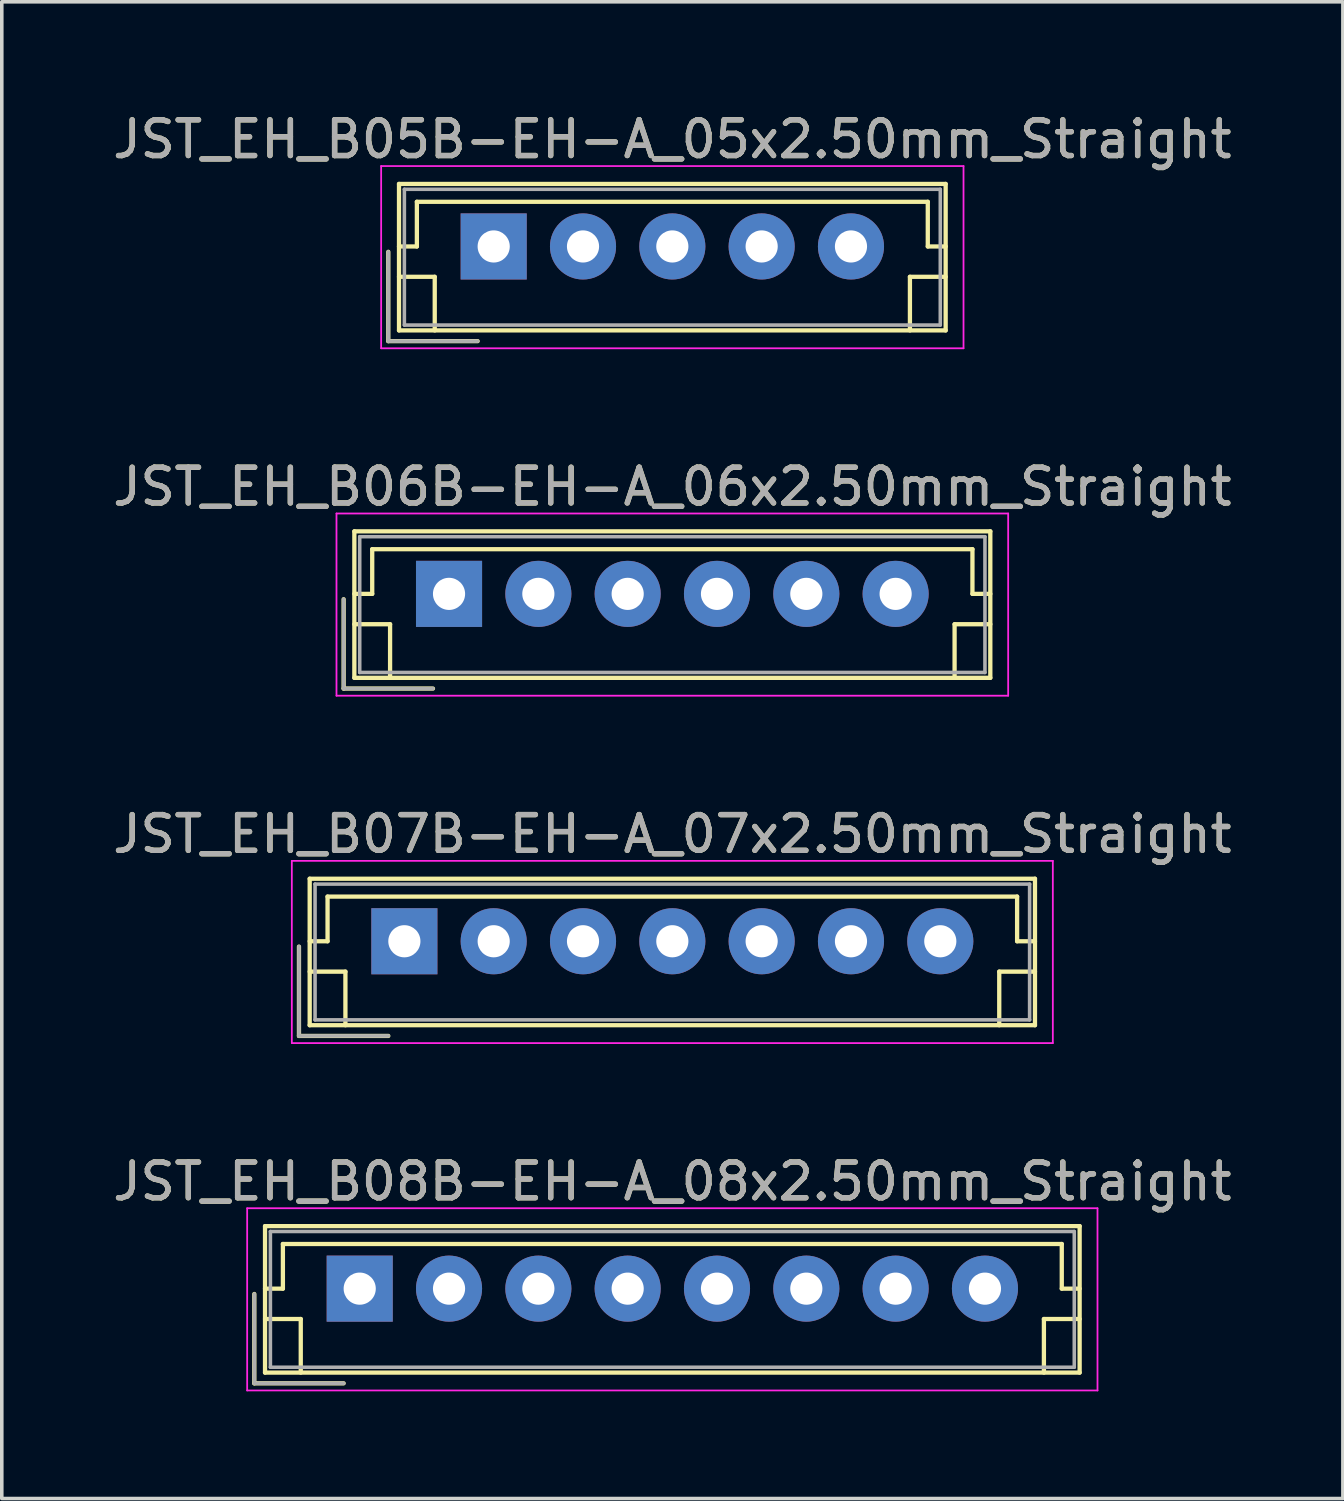
<source format=kicad_pcb>
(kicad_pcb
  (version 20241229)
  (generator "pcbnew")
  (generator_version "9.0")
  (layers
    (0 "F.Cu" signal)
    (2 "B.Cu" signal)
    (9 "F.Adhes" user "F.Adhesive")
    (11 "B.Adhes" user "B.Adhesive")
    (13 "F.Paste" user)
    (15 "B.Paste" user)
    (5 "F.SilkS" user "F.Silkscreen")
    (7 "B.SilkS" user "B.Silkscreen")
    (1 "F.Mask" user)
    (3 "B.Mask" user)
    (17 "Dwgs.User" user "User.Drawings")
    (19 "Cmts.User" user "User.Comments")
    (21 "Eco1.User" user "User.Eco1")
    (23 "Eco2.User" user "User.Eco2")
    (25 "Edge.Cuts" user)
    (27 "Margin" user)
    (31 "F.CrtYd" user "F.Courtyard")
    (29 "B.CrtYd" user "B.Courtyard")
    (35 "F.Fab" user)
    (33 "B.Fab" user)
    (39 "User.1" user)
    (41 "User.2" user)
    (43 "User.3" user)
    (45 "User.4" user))
  (footprint "JST_EH_B08B-EH-A_08x2.50mm_Straight"
    (layer "F.Cu")
    (at 7.018 33.018)
    (property "Reference" "JST_EH_B08B-EH-A_08x2.50mm_Straight" (at 8.75 -3 0) (layer "F.SilkS") (effects (font (size 1 1) (thickness 0.15))))
    (attr through_hole)
    (fp_line (start -2.95 0.15) (end -2.95 2.65) (stroke (width 0.12) (type solid)) (layer "F.SilkS"))
    (fp_line (start -2.95 2.65) (end -0.45 2.65) (stroke (width 0.12) (type solid)) (layer "F.SilkS"))
    (fp_line (start -2.65 -1.75) (end -2.65 2.35) (stroke (width 0.12) (type solid)) (layer "F.SilkS"))
    (fp_line (start -2.65 0) (end -2.15 0) (stroke (width 0.12) (type solid)) (layer "F.SilkS"))
    (fp_line (start -2.65 0.85) (end -1.65 0.85) (stroke (width 0.12) (type solid)) (layer "F.SilkS"))
    (fp_line (start -2.65 2.35) (end 20.15 2.35) (stroke (width 0.12) (type solid)) (layer "F.SilkS"))
    (fp_line (start -2.15 -1.25) (end 19.65 -1.25) (stroke (width 0.12) (type solid)) (layer "F.SilkS"))
    (fp_line (start -2.15 0) (end -2.15 -1.25) (stroke (width 0.12) (type solid)) (layer "F.SilkS"))
    (fp_line (start -1.65 0.85) (end -1.65 2.35) (stroke (width 0.12) (type solid)) (layer "F.SilkS"))
    (fp_line (start 19.15 0.85) (end 19.15 2.35) (stroke (width 0.12) (type solid)) (layer "F.SilkS"))
    (fp_line (start 19.65 -1.25) (end 19.65 0) (stroke (width 0.12) (type solid)) (layer "F.SilkS"))
    (fp_line (start 19.65 0) (end 20.15 0) (stroke (width 0.12) (type solid)) (layer "F.SilkS"))
    (fp_line (start 20.15 -1.75) (end -2.65 -1.75) (stroke (width 0.12) (type solid)) (layer "F.SilkS"))
    (fp_line (start 20.15 0.85) (end 19.15 0.85) (stroke (width 0.12) (type solid)) (layer "F.SilkS"))
    (fp_line (start 20.15 2.35) (end 20.15 -1.75) (stroke (width 0.12) (type solid)) (layer "F.SilkS"))
    (fp_line (start -3.15 -2.25) (end -3.15 2.85) (stroke (width 0.05) (type solid)) (layer "F.CrtYd"))
    (fp_line (start -3.15 2.85) (end 20.65 2.85) (stroke (width 0.05) (type solid)) (layer "F.CrtYd"))
    (fp_line (start 20.65 -2.25) (end -3.15 -2.25) (stroke (width 0.05) (type solid)) (layer "F.CrtYd"))
    (fp_line (start 20.65 2.85) (end 20.65 -2.25) (stroke (width 0.05) (type solid)) (layer "F.CrtYd"))
    (fp_line (start -2.95 0.15) (end -2.95 2.65) (stroke (width 0.1) (type solid)) (layer "F.Fab"))
    (fp_line (start -2.95 2.65) (end -0.45 2.65) (stroke (width 0.1) (type solid)) (layer "F.Fab"))
    (fp_line (start -2.5 -1.6) (end -2.5 2.2) (stroke (width 0.1) (type solid)) (layer "F.Fab"))
    (fp_line (start -2.5 2.2) (end 20 2.2) (stroke (width 0.1) (type solid)) (layer "F.Fab"))
    (fp_line (start 20 -1.6) (end -2.5 -1.6) (stroke (width 0.1) (type solid)) (layer "F.Fab"))
    (fp_line (start 20 2.2) (end 20 -1.6) (stroke (width 0.1) (type solid)) (layer "F.Fab"))
    (fp_text user "${REFERENCE}" (at 8.75 -3 0) (layer "F.Fab") (effects (font (size 1 1) (thickness 0.15))))
    (pad "1" thru_hole rect (at 0 0) (size 1.85 1.85) (drill 0.9) (layers "*.Cu" "*.Mask"))
    (pad "2" thru_hole circle (at 2.5 0) (size 1.85 1.85) (drill 0.9) (layers "*.Cu" "*.Mask"))
    (pad "3" thru_hole circle (at 5 0) (size 1.85 1.85) (drill 0.9) (layers "*.Cu" "*.Mask"))
    (pad "4" thru_hole circle (at 7.5 0) (size 1.85 1.85) (drill 0.9) (layers "*.Cu" "*.Mask"))
    (pad "5" thru_hole circle (at 10 0) (size 1.85 1.85) (drill 0.9) (layers "*.Cu" "*.Mask"))
    (pad "6" thru_hole circle (at 12.5 0) (size 1.85 1.85) (drill 0.9) (layers "*.Cu" "*.Mask"))
    (pad "7" thru_hole circle (at 15 0) (size 1.85 1.85) (drill 0.9) (layers "*.Cu" "*.Mask"))
    (pad "8" thru_hole circle (at 17.5 0) (size 1.85 1.85) (drill 0.9) (layers "*.Cu" "*.Mask")))
  (footprint "JST_EH_B05B-EH-A_05x2.50mm_Straight"
    (layer "F.Cu")
    (at 10.768 3.848)
    (property "Reference" "JST_EH_B05B-EH-A_05x2.50mm_Straight" (at 5 -3 0) (layer "F.SilkS") (effects (font (size 1 1) (thickness 0.15))))
    (attr through_hole)
    (fp_line (start -2.95 0.15) (end -2.95 2.65) (stroke (width 0.12) (type solid)) (layer "F.SilkS"))
    (fp_line (start -2.95 2.65) (end -0.45 2.65) (stroke (width 0.12) (type solid)) (layer "F.SilkS"))
    (fp_line (start -2.65 -1.75) (end -2.65 2.35) (stroke (width 0.12) (type solid)) (layer "F.SilkS"))
    (fp_line (start -2.65 0) (end -2.15 0) (stroke (width 0.12) (type solid)) (layer "F.SilkS"))
    (fp_line (start -2.65 0.85) (end -1.65 0.85) (stroke (width 0.12) (type solid)) (layer "F.SilkS"))
    (fp_line (start -2.65 2.35) (end 12.65 2.35) (stroke (width 0.12) (type solid)) (layer "F.SilkS"))
    (fp_line (start -2.15 -1.25) (end 12.15 -1.25) (stroke (width 0.12) (type solid)) (layer "F.SilkS"))
    (fp_line (start -2.15 0) (end -2.15 -1.25) (stroke (width 0.12) (type solid)) (layer "F.SilkS"))
    (fp_line (start -1.65 0.85) (end -1.65 2.35) (stroke (width 0.12) (type solid)) (layer "F.SilkS"))
    (fp_line (start 11.65 0.85) (end 11.65 2.35) (stroke (width 0.12) (type solid)) (layer "F.SilkS"))
    (fp_line (start 12.15 -1.25) (end 12.15 0) (stroke (width 0.12) (type solid)) (layer "F.SilkS"))
    (fp_line (start 12.15 0) (end 12.65 0) (stroke (width 0.12) (type solid)) (layer "F.SilkS"))
    (fp_line (start 12.65 -1.75) (end -2.65 -1.75) (stroke (width 0.12) (type solid)) (layer "F.SilkS"))
    (fp_line (start 12.65 0.85) (end 11.65 0.85) (stroke (width 0.12) (type solid)) (layer "F.SilkS"))
    (fp_line (start 12.65 2.35) (end 12.65 -1.75) (stroke (width 0.12) (type solid)) (layer "F.SilkS"))
    (fp_line (start -3.15 -2.25) (end -3.15 2.85) (stroke (width 0.05) (type solid)) (layer "F.CrtYd"))
    (fp_line (start -3.15 2.85) (end 13.15 2.85) (stroke (width 0.05) (type solid)) (layer "F.CrtYd"))
    (fp_line (start 13.15 -2.25) (end -3.15 -2.25) (stroke (width 0.05) (type solid)) (layer "F.CrtYd"))
    (fp_line (start 13.15 2.85) (end 13.15 -2.25) (stroke (width 0.05) (type solid)) (layer "F.CrtYd"))
    (fp_line (start -2.95 0.15) (end -2.95 2.65) (stroke (width 0.1) (type solid)) (layer "F.Fab"))
    (fp_line (start -2.95 2.65) (end -0.45 2.65) (stroke (width 0.1) (type solid)) (layer "F.Fab"))
    (fp_line (start -2.5 -1.6) (end -2.5 2.2) (stroke (width 0.1) (type solid)) (layer "F.Fab"))
    (fp_line (start -2.5 2.2) (end 12.5 2.2) (stroke (width 0.1) (type solid)) (layer "F.Fab"))
    (fp_line (start 12.5 -1.6) (end -2.5 -1.6) (stroke (width 0.1) (type solid)) (layer "F.Fab"))
    (fp_line (start 12.5 2.2) (end 12.5 -1.6) (stroke (width 0.1) (type solid)) (layer "F.Fab"))
    (fp_text user "${REFERENCE}" (at 5 -3 0) (layer "F.Fab") (effects (font (size 1 1) (thickness 0.15))))
    (pad "1" thru_hole rect (at 0 0) (size 1.85 1.85) (drill 0.9) (layers "*.Cu" "*.Mask"))
    (pad "2" thru_hole circle (at 2.5 0) (size 1.85 1.85) (drill 0.9) (layers "*.Cu" "*.Mask"))
    (pad "3" thru_hole circle (at 5 0) (size 1.85 1.85) (drill 0.9) (layers "*.Cu" "*.Mask"))
    (pad "4" thru_hole circle (at 7.5 0) (size 1.85 1.85) (drill 0.9) (layers "*.Cu" "*.Mask"))
    (pad "5" thru_hole circle (at 10 0) (size 1.85 1.85) (drill 0.9) (layers "*.Cu" "*.Mask")))
  (footprint "JST_EH_B06B-EH-A_06x2.50mm_Straight"
    (layer "F.Cu")
    (at 9.518 13.572)
    (property "Reference" "JST_EH_B06B-EH-A_06x2.50mm_Straight" (at 6.25 -3 0) (layer "F.SilkS") (effects (font (size 1 1) (thickness 0.15))))
    (attr through_hole)
    (fp_line (start -2.95 0.15) (end -2.95 2.65) (stroke (width 0.12) (type solid)) (layer "F.SilkS"))
    (fp_line (start -2.95 2.65) (end -0.45 2.65) (stroke (width 0.12) (type solid)) (layer "F.SilkS"))
    (fp_line (start -2.65 -1.75) (end -2.65 2.35) (stroke (width 0.12) (type solid)) (layer "F.SilkS"))
    (fp_line (start -2.65 0) (end -2.15 0) (stroke (width 0.12) (type solid)) (layer "F.SilkS"))
    (fp_line (start -2.65 0.85) (end -1.65 0.85) (stroke (width 0.12) (type solid)) (layer "F.SilkS"))
    (fp_line (start -2.65 2.35) (end 15.15 2.35) (stroke (width 0.12) (type solid)) (layer "F.SilkS"))
    (fp_line (start -2.15 -1.25) (end 14.65 -1.25) (stroke (width 0.12) (type solid)) (layer "F.SilkS"))
    (fp_line (start -2.15 0) (end -2.15 -1.25) (stroke (width 0.12) (type solid)) (layer "F.SilkS"))
    (fp_line (start -1.65 0.85) (end -1.65 2.35) (stroke (width 0.12) (type solid)) (layer "F.SilkS"))
    (fp_line (start 14.15 0.85) (end 14.15 2.35) (stroke (width 0.12) (type solid)) (layer "F.SilkS"))
    (fp_line (start 14.65 -1.25) (end 14.65 0) (stroke (width 0.12) (type solid)) (layer "F.SilkS"))
    (fp_line (start 14.65 0) (end 15.15 0) (stroke (width 0.12) (type solid)) (layer "F.SilkS"))
    (fp_line (start 15.15 -1.75) (end -2.65 -1.75) (stroke (width 0.12) (type solid)) (layer "F.SilkS"))
    (fp_line (start 15.15 0.85) (end 14.15 0.85) (stroke (width 0.12) (type solid)) (layer "F.SilkS"))
    (fp_line (start 15.15 2.35) (end 15.15 -1.75) (stroke (width 0.12) (type solid)) (layer "F.SilkS"))
    (fp_line (start -3.15 -2.25) (end -3.15 2.85) (stroke (width 0.05) (type solid)) (layer "F.CrtYd"))
    (fp_line (start -3.15 2.85) (end 15.65 2.85) (stroke (width 0.05) (type solid)) (layer "F.CrtYd"))
    (fp_line (start 15.65 -2.25) (end -3.15 -2.25) (stroke (width 0.05) (type solid)) (layer "F.CrtYd"))
    (fp_line (start 15.65 2.85) (end 15.65 -2.25) (stroke (width 0.05) (type solid)) (layer "F.CrtYd"))
    (fp_line (start -2.95 0.15) (end -2.95 2.65) (stroke (width 0.1) (type solid)) (layer "F.Fab"))
    (fp_line (start -2.95 2.65) (end -0.45 2.65) (stroke (width 0.1) (type solid)) (layer "F.Fab"))
    (fp_line (start -2.5 -1.6) (end -2.5 2.2) (stroke (width 0.1) (type solid)) (layer "F.Fab"))
    (fp_line (start -2.5 2.2) (end 15 2.2) (stroke (width 0.1) (type solid)) (layer "F.Fab"))
    (fp_line (start 15 -1.6) (end -2.5 -1.6) (stroke (width 0.1) (type solid)) (layer "F.Fab"))
    (fp_line (start 15 2.2) (end 15 -1.6) (stroke (width 0.1) (type solid)) (layer "F.Fab"))
    (fp_text user "${REFERENCE}" (at 6.25 -3 0) (layer "F.Fab") (effects (font (size 1 1) (thickness 0.15))))
    (pad "1" thru_hole rect (at 0 0) (size 1.85 1.85) (drill 0.9) (layers "*.Cu" "*.Mask"))
    (pad "2" thru_hole circle (at 2.5 0) (size 1.85 1.85) (drill 0.9) (layers "*.Cu" "*.Mask"))
    (pad "3" thru_hole circle (at 5 0) (size 1.85 1.85) (drill 0.9) (layers "*.Cu" "*.Mask"))
    (pad "4" thru_hole circle (at 7.5 0) (size 1.85 1.85) (drill 0.9) (layers "*.Cu" "*.Mask"))
    (pad "5" thru_hole circle (at 10 0) (size 1.85 1.85) (drill 0.9) (layers "*.Cu" "*.Mask"))
    (pad "6" thru_hole circle (at 12.5 0) (size 1.85 1.85) (drill 0.9) (layers "*.Cu" "*.Mask")))
  (footprint "JST_EH_B07B-EH-A_07x2.50mm_Straight"
    (layer "F.Cu")
    (at 8.268 23.295)
    (property "Reference" "JST_EH_B07B-EH-A_07x2.50mm_Straight" (at 7.5 -3 0) (layer "F.SilkS") (effects (font (size 1 1) (thickness 0.15))))
    (attr through_hole)
    (fp_line (start -2.95 0.15) (end -2.95 2.65) (stroke (width 0.12) (type solid)) (layer "F.SilkS"))
    (fp_line (start -2.95 2.65) (end -0.45 2.65) (stroke (width 0.12) (type solid)) (layer "F.SilkS"))
    (fp_line (start -2.65 -1.75) (end -2.65 2.35) (stroke (width 0.12) (type solid)) (layer "F.SilkS"))
    (fp_line (start -2.65 0) (end -2.15 0) (stroke (width 0.12) (type solid)) (layer "F.SilkS"))
    (fp_line (start -2.65 0.85) (end -1.65 0.85) (stroke (width 0.12) (type solid)) (layer "F.SilkS"))
    (fp_line (start -2.65 2.35) (end 17.65 2.35) (stroke (width 0.12) (type solid)) (layer "F.SilkS"))
    (fp_line (start -2.15 -1.25) (end 17.15 -1.25) (stroke (width 0.12) (type solid)) (layer "F.SilkS"))
    (fp_line (start -2.15 0) (end -2.15 -1.25) (stroke (width 0.12) (type solid)) (layer "F.SilkS"))
    (fp_line (start -1.65 0.85) (end -1.65 2.35) (stroke (width 0.12) (type solid)) (layer "F.SilkS"))
    (fp_line (start 16.65 0.85) (end 16.65 2.35) (stroke (width 0.12) (type solid)) (layer "F.SilkS"))
    (fp_line (start 17.15 -1.25) (end 17.15 0) (stroke (width 0.12) (type solid)) (layer "F.SilkS"))
    (fp_line (start 17.15 0) (end 17.65 0) (stroke (width 0.12) (type solid)) (layer "F.SilkS"))
    (fp_line (start 17.65 -1.75) (end -2.65 -1.75) (stroke (width 0.12) (type solid)) (layer "F.SilkS"))
    (fp_line (start 17.65 0.85) (end 16.65 0.85) (stroke (width 0.12) (type solid)) (layer "F.SilkS"))
    (fp_line (start 17.65 2.35) (end 17.65 -1.75) (stroke (width 0.12) (type solid)) (layer "F.SilkS"))
    (fp_line (start -3.15 -2.25) (end -3.15 2.85) (stroke (width 0.05) (type solid)) (layer "F.CrtYd"))
    (fp_line (start -3.15 2.85) (end 18.15 2.85) (stroke (width 0.05) (type solid)) (layer "F.CrtYd"))
    (fp_line (start 18.15 -2.25) (end -3.15 -2.25) (stroke (width 0.05) (type solid)) (layer "F.CrtYd"))
    (fp_line (start 18.15 2.85) (end 18.15 -2.25) (stroke (width 0.05) (type solid)) (layer "F.CrtYd"))
    (fp_line (start -2.95 0.15) (end -2.95 2.65) (stroke (width 0.1) (type solid)) (layer "F.Fab"))
    (fp_line (start -2.95 2.65) (end -0.45 2.65) (stroke (width 0.1) (type solid)) (layer "F.Fab"))
    (fp_line (start -2.5 -1.6) (end -2.5 2.2) (stroke (width 0.1) (type solid)) (layer "F.Fab"))
    (fp_line (start -2.5 2.2) (end 17.5 2.2) (stroke (width 0.1) (type solid)) (layer "F.Fab"))
    (fp_line (start 17.5 -1.6) (end -2.5 -1.6) (stroke (width 0.1) (type solid)) (layer "F.Fab"))
    (fp_line (start 17.5 2.2) (end 17.5 -1.6) (stroke (width 0.1) (type solid)) (layer "F.Fab"))
    (fp_text user "${REFERENCE}" (at 7.5 -3 0) (layer "F.Fab") (effects (font (size 1 1) (thickness 0.15))))
    (pad "1" thru_hole rect (at 0 0) (size 1.85 1.85) (drill 0.9) (layers "*.Cu" "*.Mask"))
    (pad "2" thru_hole circle (at 2.5 0) (size 1.85 1.85) (drill 0.9) (layers "*.Cu" "*.Mask"))
    (pad "3" thru_hole circle (at 5 0) (size 1.85 1.85) (drill 0.9) (layers "*.Cu" "*.Mask"))
    (pad "4" thru_hole circle (at 7.5 0) (size 1.85 1.85) (drill 0.9) (layers "*.Cu" "*.Mask"))
    (pad "5" thru_hole circle (at 10 0) (size 1.85 1.85) (drill 0.9) (layers "*.Cu" "*.Mask"))
    (pad "6" thru_hole circle (at 12.5 0) (size 1.85 1.85) (drill 0.9) (layers "*.Cu" "*.Mask"))
    (pad "7" thru_hole circle (at 15 0) (size 1.85 1.85) (drill 0.9) (layers "*.Cu" "*.Mask")))
  (gr_rect
    (start -3 -3)
    (end 34.536 38.893)
    (stroke (width 0.1) (type default))
    (fill no)
    (layer "Edge.Cuts")))
</source>
